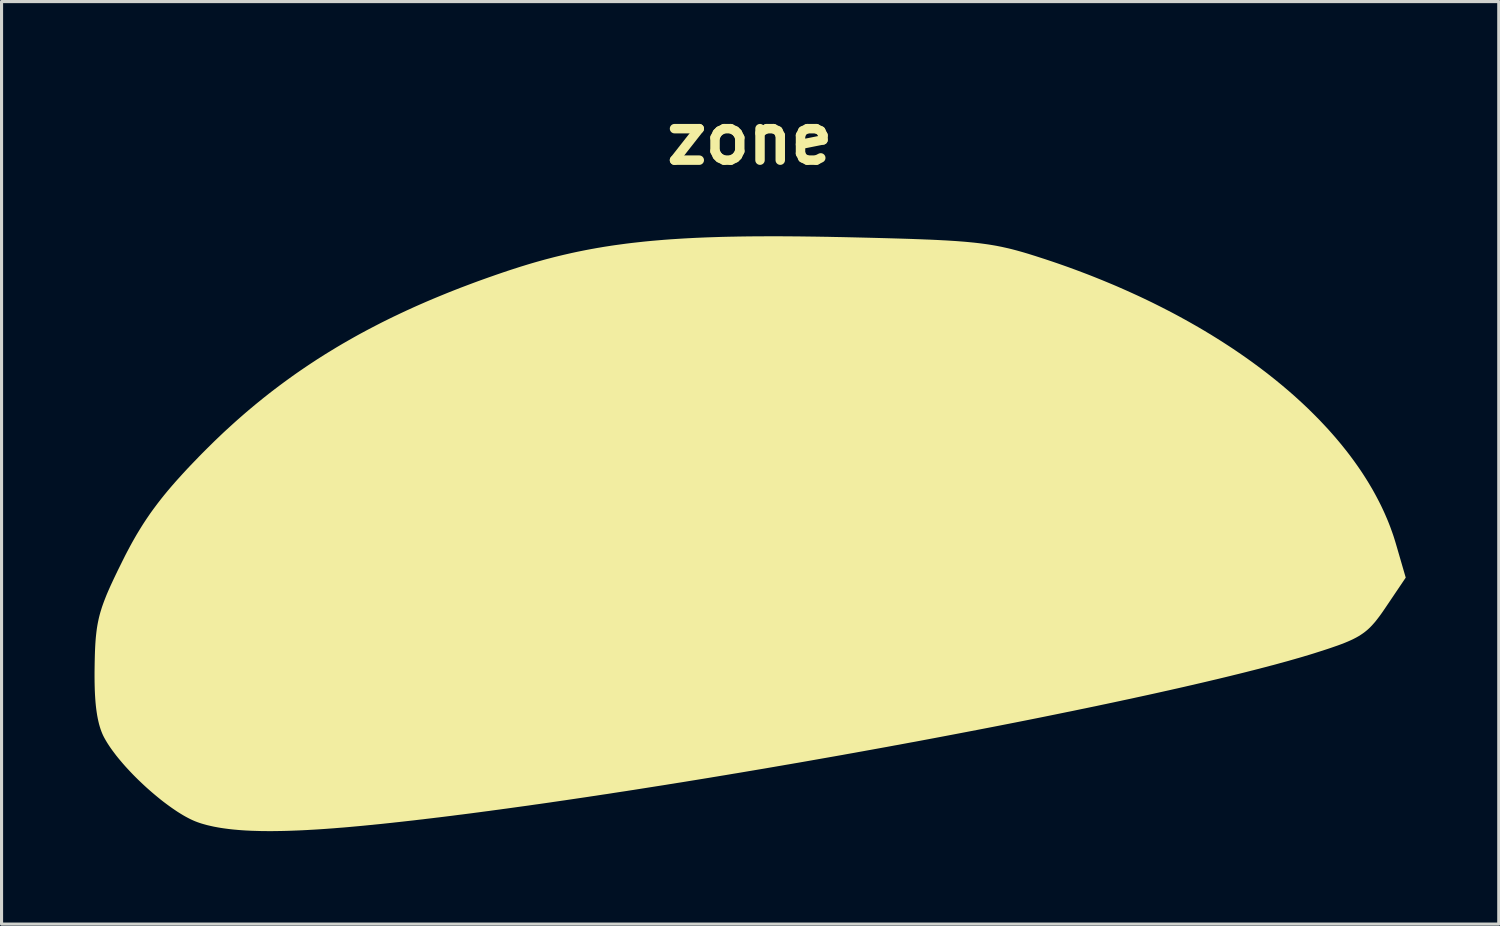
<source format=kicad_pcb>
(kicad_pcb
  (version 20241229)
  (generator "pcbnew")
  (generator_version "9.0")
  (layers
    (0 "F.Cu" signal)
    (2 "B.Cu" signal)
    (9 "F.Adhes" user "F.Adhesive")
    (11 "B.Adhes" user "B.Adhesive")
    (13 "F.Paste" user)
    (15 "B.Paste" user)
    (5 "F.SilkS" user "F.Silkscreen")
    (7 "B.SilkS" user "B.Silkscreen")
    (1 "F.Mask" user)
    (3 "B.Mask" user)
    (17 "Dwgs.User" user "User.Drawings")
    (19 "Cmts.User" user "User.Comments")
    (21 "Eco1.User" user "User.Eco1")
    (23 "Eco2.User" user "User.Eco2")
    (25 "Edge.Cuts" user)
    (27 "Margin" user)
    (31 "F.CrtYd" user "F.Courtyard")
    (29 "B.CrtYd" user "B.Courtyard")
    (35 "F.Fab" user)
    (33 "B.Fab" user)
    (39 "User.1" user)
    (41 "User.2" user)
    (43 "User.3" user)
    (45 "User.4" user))
  (footprint "zone"
    (layer "F.Cu")
    (at 21.14 14.163)
    (property "Reference" "zone" (at 0 -12.736 0) (layer "F.SilkS") (effects (font (size 1.524 1.524) (thickness 0.305))))
    (attr smd)
    (fp_poly (pts (xy -17.819 9.309) (xy -17.892 9.281) (xy -17.967 9.249) (xy -18.045 9.213) (xy -18.125 9.172) (xy -18.207 9.128) (xy -18.291 9.08) (xy -18.376 9.028) (xy -18.464 8.973) (xy -18.552 8.914) (xy -18.641 8.853) (xy -18.732 8.788) (xy -18.823 8.721) (xy -18.915 8.652) (xy -19.007 8.58) (xy -19.099 8.505) (xy -19.191 8.429) (xy -19.283 8.351) (xy -19.375 8.271) (xy -19.466 8.19) (xy -19.556 8.107) (xy -19.645 8.023) (xy -19.733 7.939) (xy -19.82 7.853) (xy -19.905 7.767) (xy -19.988 7.68) (xy -20.069 7.593) (xy -20.149 7.506) (xy -20.226 7.418) (xy -20.3 7.331) (xy -20.372 7.245) (xy -20.441 7.159) (xy -20.506 7.073) (xy -20.569 6.989) (xy -20.628 6.906) (xy -20.683 6.824) (xy -20.735 6.743) (xy -20.782 6.664) (xy -20.826 6.586) (xy -20.859 6.522) (xy -20.89 6.454) (xy -20.919 6.382) (xy -20.946 6.307) (xy -20.971 6.228) (xy -20.995 6.145) (xy -21.016 6.057) (xy -21.036 5.966) (xy -21.054 5.87) (xy -21.07 5.769) (xy -21.085 5.663) (xy -21.098 5.552) (xy -21.109 5.437) (xy -21.118 5.315) (xy -21.126 5.189) (xy -21.132 5.056) (xy -21.136 4.918) (xy -21.139 4.774) (xy -21.14 4.623) (xy -21.14 4.466) (xy -21.138 4.303) (xy -21.136 4.166) (xy -21.133 4.035) (xy -21.13 3.911) (xy -21.126 3.792) (xy -21.121 3.678) (xy -21.115 3.568) (xy -21.108 3.463) (xy -21.1 3.362) (xy -21.09 3.264) (xy -21.079 3.168) (xy -21.067 3.075) (xy -21.053 2.985) (xy -21.037 2.895) (xy -21.019 2.807) (xy -21 2.719) (xy -20.978 2.632) (xy -20.954 2.544) (xy -20.927 2.456) (xy -20.899 2.366) (xy -20.867 2.275) (xy -20.833 2.182) (xy -20.796 2.087) (xy -20.757 1.988) (xy -20.714 1.886) (xy -20.668 1.781) (xy -20.619 1.671) (xy -20.566 1.557) (xy -20.51 1.437) (xy -20.45 1.312) (xy -20.387 1.181) (xy -20.319 1.044) (xy -20.248 0.9) (xy -20.197 0.798) (xy -20.147 0.698) (xy -20.096 0.6) (xy -20.045 0.504) (xy -19.995 0.41) (xy -19.944 0.316) (xy -19.893 0.225) (xy -19.841 0.134) (xy -19.79 0.045) (xy -19.737 -0.043) (xy -19.684 -0.13) (xy -19.631 -0.216) (xy -19.577 -0.302) (xy -19.522 -0.386) (xy -19.466 -0.471) (xy -19.409 -0.554) (xy -19.352 -0.638) (xy -19.293 -0.721) (xy -19.233 -0.803) (xy -19.171 -0.886) (xy -19.109 -0.969) (xy -19.045 -1.052) (xy -18.98 -1.135) (xy -18.913 -1.219) (xy -18.844 -1.303) (xy -18.774 -1.388) (xy -18.702 -1.473) (xy -18.628 -1.559) (xy -18.552 -1.646) (xy -18.474 -1.734) (xy -18.394 -1.822) (xy -18.312 -1.913) (xy -18.228 -2.004) (xy -18.142 -2.097) (xy -18.053 -2.191) (xy -17.961 -2.287) (xy -17.867 -2.384) (xy -17.771 -2.484) (xy -17.672 -2.585) (xy -17.595 -2.662) (xy -17.518 -2.739) (xy -17.441 -2.815) (xy -17.364 -2.891) (xy -17.287 -2.967) (xy -17.209 -3.042) (xy -17.132 -3.116) (xy -17.054 -3.19) (xy -16.976 -3.264) (xy -16.897 -3.337) (xy -16.818 -3.409) (xy -16.739 -3.481) (xy -16.66 -3.553) (xy -16.581 -3.624) (xy -16.501 -3.695) (xy -16.421 -3.765) (xy -16.341 -3.835) (xy -16.261 -3.904) (xy -16.18 -3.973) (xy -16.099 -4.041) (xy -16.018 -4.109) (xy -15.936 -4.177) (xy -15.854 -4.244) (xy -15.772 -4.31) (xy -15.69 -4.377) (xy -15.607 -4.442) (xy -15.524 -4.508) (xy -15.44 -4.573) (xy -15.357 -4.637) (xy -15.272 -4.701) (xy -15.188 -4.765) (xy -15.103 -4.828) (xy -15.018 -4.891) (xy -14.933 -4.953) (xy -14.847 -5.015) (xy -14.761 -5.077) (xy -14.675 -5.138) (xy -14.588 -5.199) (xy -14.501 -5.259) (xy -14.413 -5.319) (xy -14.325 -5.379) (xy -14.237 -5.438) (xy -14.148 -5.497) (xy -14.059 -5.555) (xy -13.97 -5.614) (xy -13.88 -5.671) (xy -13.789 -5.729) (xy -13.699 -5.786) (xy -13.608 -5.842) (xy -13.516 -5.898) (xy -13.424 -5.954) (xy -13.332 -6.01) (xy -13.239 -6.065) (xy -13.146 -6.12) (xy -13.052 -6.174) (xy -12.958 -6.228) (xy -12.863 -6.282) (xy -12.768 -6.336) (xy -12.673 -6.389) (xy -12.577 -6.442) (xy -12.48 -6.494) (xy -12.384 -6.546) (xy -12.286 -6.598) (xy -12.188 -6.649) (xy -12.09 -6.7) (xy -11.991 -6.751) (xy -11.892 -6.802) (xy -11.792 -6.852) (xy -11.691 -6.902) (xy -11.591 -6.951) (xy -11.489 -7.001) (xy -11.387 -7.049) (xy -11.285 -7.098) (xy -11.182 -7.146) (xy -11.078 -7.195) (xy -10.974 -7.242) (xy -10.87 -7.29) (xy -10.765 -7.337) (xy -10.659 -7.384) (xy -10.553 -7.43) (xy -10.446 -7.477) (xy -10.338 -7.523) (xy -10.23 -7.569) (xy -10.122 -7.614) (xy -10.013 -7.659) (xy -9.903 -7.704) (xy -9.793 -7.749) (xy -9.682 -7.794) (xy -9.57 -7.838) (xy -9.458 -7.882) (xy -9.346 -7.926) (xy -9.232 -7.969) (xy -9.118 -8.012) (xy -9.004 -8.055) (xy -8.889 -8.098) (xy -8.773 -8.141) (xy -8.656 -8.183) (xy -8.539 -8.225) (xy -8.421 -8.267) (xy -8.303 -8.308) (xy -8.184 -8.35) (xy -8.064 -8.391) (xy -7.944 -8.432) (xy -7.823 -8.473) (xy -7.735 -8.502) (xy -7.648 -8.53) (xy -7.561 -8.558) (xy -7.474 -8.586) (xy -7.387 -8.614) (xy -7.301 -8.64) (xy -7.214 -8.667) (xy -7.128 -8.693) (xy -7.041 -8.719) (xy -6.955 -8.744) (xy -6.869 -8.769) (xy -6.782 -8.793) (xy -6.696 -8.817) (xy -6.61 -8.841) (xy -6.523 -8.864) (xy -6.437 -8.886) (xy -6.35 -8.909) (xy -6.263 -8.931) (xy -6.176 -8.952) (xy -6.089 -8.973) (xy -6.002 -8.994) (xy -5.914 -9.014) (xy -5.826 -9.034) (xy -5.738 -9.054) (xy -5.65 -9.073) (xy -5.561 -9.092) (xy -5.472 -9.11) (xy -5.383 -9.128) (xy -5.293 -9.146) (xy -5.203 -9.163) (xy -5.113 -9.18) (xy -5.022 -9.196) (xy -4.93 -9.213) (xy -4.838 -9.228) (xy -4.746 -9.244) (xy -4.653 -9.259) (xy -4.56 -9.273) (xy -4.466 -9.288) (xy -4.371 -9.302) (xy -4.276 -9.315) (xy -4.18 -9.328) (xy -4.084 -9.341) (xy -3.987 -9.354) (xy -3.889 -9.366) (xy -3.791 -9.378) (xy -3.691 -9.389) (xy -3.591 -9.4) (xy -3.491 -9.411) (xy -3.389 -9.422) (xy -3.287 -9.432) (xy -3.184 -9.442) (xy -3.08 -9.451) (xy -2.975 -9.46) (xy -2.869 -9.469) (xy -2.762 -9.478) (xy -2.655 -9.486) (xy -2.546 -9.494) (xy -2.437 -9.501) (xy -2.326 -9.508) (xy -2.214 -9.515) (xy -2.102 -9.522) (xy -1.988 -9.528) (xy -1.873 -9.534) (xy -1.757 -9.54) (xy -1.64 -9.545) (xy -1.522 -9.55) (xy -1.403 -9.555) (xy -1.282 -9.559) (xy -1.16 -9.563) (xy -1.037 -9.567) (xy -0.913 -9.571) (xy -0.787 -9.574) (xy -0.66 -9.577) (xy -0.532 -9.579) (xy -0.403 -9.582) (xy -0.272 -9.584) (xy -0.139 -9.586) (xy -0.006 -9.587) (xy 0.129 -9.589) (xy 0.266 -9.59) (xy 0.404 -9.59) (xy 0.543 -9.591) (xy 0.684 -9.591) (xy 0.827 -9.591) (xy 0.971 -9.591) (xy 1.117 -9.59) (xy 1.264 -9.589) (xy 1.413 -9.588) (xy 1.564 -9.587) (xy 1.716 -9.585) (xy 1.87 -9.583) (xy 2.025 -9.581) (xy 2.183 -9.579) (xy 2.342 -9.576) (xy 2.503 -9.574) (xy 2.665 -9.57) (xy 2.83 -9.567) (xy 2.996 -9.564) (xy 3.164 -9.56) (xy 3.383 -9.555) (xy 3.594 -9.55) (xy 3.8 -9.545) (xy 3.998 -9.54) (xy 4.19 -9.535) (xy 4.376 -9.53) (xy 4.556 -9.525) (xy 4.73 -9.52) (xy 4.899 -9.515) (xy 5.061 -9.51) (xy 5.219 -9.505) (xy 5.371 -9.499) (xy 5.518 -9.494) (xy 5.661 -9.488) (xy 5.798 -9.483) (xy 5.931 -9.477) (xy 6.06 -9.471) (xy 6.184 -9.464) (xy 6.305 -9.458) (xy 6.421 -9.451) (xy 6.534 -9.444) (xy 6.643 -9.437) (xy 6.749 -9.429) (xy 6.851 -9.421) (xy 6.95 -9.413) (xy 7.047 -9.404) (xy 7.14 -9.395) (xy 7.232 -9.386) (xy 7.32 -9.376) (xy 7.406 -9.366) (xy 7.491 -9.355) (xy 7.573 -9.344) (xy 7.653 -9.333) (xy 7.732 -9.321) (xy 7.81 -9.308) (xy 7.886 -9.295) (xy 7.961 -9.282) (xy 8.035 -9.267) (xy 8.108 -9.253) (xy 8.18 -9.237) (xy 8.252 -9.221) (xy 8.324 -9.205) (xy 8.396 -9.188) (xy 8.467 -9.17) (xy 8.539 -9.151) (xy 8.611 -9.132) (xy 8.683 -9.112) (xy 8.757 -9.091) (xy 8.831 -9.07) (xy 8.905 -9.048) (xy 8.982 -9.025) (xy 9.059 -9.001) (xy 9.138 -8.976) (xy 9.218 -8.951) (xy 9.301 -8.924) (xy 9.385 -8.897) (xy 9.512 -8.856) (xy 9.638 -8.814) (xy 9.764 -8.772) (xy 9.89 -8.729) (xy 10.014 -8.686) (xy 10.139 -8.642) (xy 10.263 -8.598) (xy 10.386 -8.553) (xy 10.509 -8.508) (xy 10.631 -8.462) (xy 10.753 -8.416) (xy 10.874 -8.37) (xy 10.995 -8.323) (xy 11.116 -8.275) (xy 11.235 -8.227) (xy 11.355 -8.179) (xy 11.473 -8.13) (xy 11.591 -8.081) (xy 11.709 -8.032) (xy 11.826 -7.982) (xy 11.943 -7.931) (xy 12.059 -7.88) (xy 12.174 -7.829) (xy 12.289 -7.777) (xy 12.403 -7.725) (xy 12.517 -7.673) (xy 12.63 -7.62) (xy 12.742 -7.567) (xy 12.854 -7.513) (xy 12.966 -7.459) (xy 13.077 -7.404) (xy 13.187 -7.349) (xy 13.296 -7.294) (xy 13.405 -7.238) (xy 13.514 -7.182) (xy 13.622 -7.126) (xy 13.729 -7.069) (xy 13.835 -7.012) (xy 13.941 -6.954) (xy 14.047 -6.896) (xy 14.151 -6.838) (xy 14.255 -6.779) (xy 14.359 -6.72) (xy 14.462 -6.661) (xy 14.564 -6.601) (xy 14.666 -6.541) (xy 14.766 -6.48) (xy 14.867 -6.42) (xy 14.966 -6.358) (xy 15.065 -6.297) (xy 15.163 -6.235) (xy 15.261 -6.173) (xy 15.358 -6.11) (xy 15.454 -6.048) (xy 15.55 -5.985) (xy 15.645 -5.921) (xy 15.739 -5.857) (xy 15.833 -5.793) (xy 15.925 -5.729) (xy 16.018 -5.664) (xy 16.109 -5.599) (xy 16.2 -5.534) (xy 16.29 -5.468) (xy 16.379 -5.402) (xy 16.468 -5.336) (xy 16.556 -5.269) (xy 16.643 -5.203) (xy 16.729 -5.136) (xy 16.815 -5.068) (xy 16.9 -5.001) (xy 16.984 -4.933) (xy 17.068 -4.864) (xy 17.151 -4.796) (xy 17.233 -4.727) (xy 17.314 -4.658) (xy 17.395 -4.589) (xy 17.475 -4.519) (xy 17.554 -4.45) (xy 17.632 -4.379) (xy 17.709 -4.309) (xy 17.786 -4.239) (xy 17.862 -4.168) (xy 17.937 -4.097) (xy 18.012 -4.026) (xy 18.085 -3.954) (xy 18.158 -3.882) (xy 18.23 -3.81) (xy 18.301 -3.738) (xy 18.372 -3.666) (xy 18.441 -3.593) (xy 18.51 -3.52) (xy 18.578 -3.447) (xy 18.646 -3.374) (xy 18.712 -3.3) (xy 18.777 -3.227) (xy 18.842 -3.153) (xy 18.906 -3.079) (xy 18.969 -3.004) (xy 19.031 -2.93) (xy 19.093 -2.855) (xy 19.153 -2.78) (xy 19.213 -2.705) (xy 19.272 -2.63) (xy 19.33 -2.555) (xy 19.387 -2.479) (xy 19.443 -2.403) (xy 19.499 -2.327) (xy 19.553 -2.251) (xy 19.607 -2.175) (xy 19.66 -2.098) (xy 19.712 -2.022) (xy 19.763 -1.945) (xy 19.813 -1.868) (xy 19.862 -1.791) (xy 19.91 -1.714) (xy 19.958 -1.636) (xy 20.004 -1.559) (xy 20.05 -1.481) (xy 20.095 -1.404) (xy 20.138 -1.326) (xy 20.181 -1.248) (xy 20.223 -1.169) (xy 20.264 -1.091) (xy 20.304 -1.013) (xy 20.344 -0.934) (xy 20.382 -0.856) (xy 20.419 -0.777) (xy 20.456 -0.698) (xy 20.491 -0.619) (xy 20.525 -0.54) (xy 20.559 -0.461) (xy 20.592 -0.381) (xy 20.623 -0.302) (xy 20.654 -0.223) (xy 20.683 -0.143) (xy 20.712 -0.063) (xy 20.74 0.016) (xy 20.767 0.096) (xy 20.792 0.176) (xy 20.817 0.256) (xy 20.841 0.336) (xy 21.156 1.42) (xy 20.51 2.378) (xy 20.444 2.475) (xy 20.381 2.566) (xy 20.32 2.651) (xy 20.26 2.73) (xy 20.202 2.805) (xy 20.144 2.875) (xy 20.086 2.94) (xy 20.028 3.002) (xy 19.969 3.06) (xy 19.908 3.115) (xy 19.844 3.167) (xy 19.778 3.216) (xy 19.709 3.263) (xy 19.636 3.309) (xy 19.558 3.353) (xy 19.475 3.396) (xy 19.387 3.438) (xy 19.293 3.48) (xy 19.192 3.522) (xy 19.084 3.564) (xy 18.968 3.607) (xy 18.844 3.65) (xy 18.711 3.696) (xy 18.569 3.743) (xy 18.417 3.792) (xy 18.254 3.844) (xy 18.198 3.862) (xy 18.14 3.88) (xy 18.082 3.898) (xy 18.023 3.916) (xy 17.962 3.934) (xy 17.901 3.952) (xy 17.839 3.971) (xy 17.777 3.989) (xy 17.713 4.008) (xy 17.648 4.026) (xy 17.583 4.045) (xy 17.516 4.064) (xy 17.449 4.083) (xy 17.381 4.103) (xy 17.312 4.122) (xy 17.242 4.141) (xy 17.171 4.161) (xy 17.099 4.18) (xy 17.027 4.2) (xy 16.954 4.22) (xy 16.88 4.24) (xy 16.805 4.259) (xy 16.729 4.28) (xy 16.653 4.3) (xy 16.575 4.32) (xy 16.497 4.34) (xy 16.419 4.361) (xy 16.339 4.381) (xy 16.258 4.402) (xy 16.177 4.422) (xy 16.095 4.443) (xy 16.013 4.464) (xy 15.929 4.485) (xy 15.845 4.506) (xy 15.76 4.527) (xy 15.674 4.548) (xy 15.588 4.569) (xy 15.501 4.591) (xy 15.413 4.612) (xy 15.324 4.634) (xy 15.235 4.655) (xy 15.145 4.677) (xy 15.054 4.699) (xy 14.963 4.72) (xy 14.871 4.742) (xy 14.778 4.764) (xy 14.685 4.786) (xy 14.591 4.808) (xy 14.496 4.83) (xy 14.401 4.852) (xy 14.305 4.875) (xy 14.208 4.897) (xy 14.111 4.919) (xy 14.013 4.942) (xy 13.915 4.964) (xy 13.815 4.987) (xy 13.716 5.009) (xy 13.615 5.032) (xy 13.514 5.055) (xy 13.413 5.077) (xy 13.311 5.1) (xy 13.208 5.123) (xy 13.105 5.146) (xy 13.001 5.169) (xy 12.897 5.192) (xy 12.792 5.215) (xy 12.686 5.238) (xy 12.58 5.261) (xy 12.473 5.284) (xy 12.366 5.308) (xy 12.259 5.331) (xy 12.151 5.354) (xy 12.042 5.377) (xy 11.933 5.401) (xy 11.823 5.424) (xy 11.713 5.448) (xy 11.602 5.471) (xy 11.491 5.495) (xy 11.379 5.518) (xy 11.267 5.542) (xy 11.155 5.566) (xy 11.042 5.589) (xy 10.928 5.613) (xy 10.814 5.637) (xy 10.7 5.66) (xy 10.585 5.684) (xy 10.47 5.708) (xy 10.354 5.732) (xy 10.238 5.755) (xy 10.121 5.779) (xy 10.004 5.803) (xy 9.887 5.827) (xy 9.769 5.851) (xy 9.651 5.875) (xy 9.533 5.899) (xy 9.414 5.923) (xy 9.295 5.947) (xy 9.175 5.971) (xy 9.055 5.995) (xy 8.935 6.019) (xy 8.814 6.043) (xy 8.693 6.067) (xy 8.572 6.091) (xy 8.45 6.115) (xy 8.328 6.139) (xy 8.205 6.163) (xy 8.083 6.187) (xy 7.96 6.211) (xy 7.837 6.235) (xy 7.713 6.259) (xy 7.589 6.283) (xy 7.465 6.307) (xy 7.341 6.331) (xy 7.216 6.355) (xy 7.091 6.379) (xy 6.966 6.403) (xy 6.84 6.427) (xy 6.715 6.451) (xy 6.589 6.475) (xy 6.463 6.499) (xy 6.336 6.523) (xy 6.21 6.547) (xy 6.083 6.571) (xy 5.956 6.595) (xy 5.829 6.619) (xy 5.701 6.643) (xy 5.573 6.667) (xy 5.446 6.691) (xy 5.318 6.715) (xy 5.189 6.738) (xy 5.061 6.762) (xy 4.932 6.786) (xy 4.804 6.81) (xy 4.675 6.833) (xy 4.546 6.857) (xy 4.417 6.881) (xy 4.288 6.904) (xy 4.158 6.928) (xy 4.029 6.951) (xy 3.899 6.975) (xy 3.769 6.998) (xy 3.639 7.022) (xy 3.509 7.045) (xy 3.379 7.069) (xy 3.249 7.092) (xy 3.119 7.115) (xy 2.989 7.139) (xy 2.858 7.162) (xy 2.728 7.185) (xy 2.598 7.208) (xy 2.467 7.231) (xy 2.336 7.254) (xy 2.206 7.277) (xy 2.075 7.3) (xy 1.945 7.323) (xy 1.814 7.346) (xy 1.683 7.369) (xy 1.552 7.392) (xy 1.422 7.414) (xy 1.291 7.437) (xy 1.16 7.459) (xy 1.03 7.482) (xy 0.899 7.504) (xy 0.768 7.527) (xy 0.638 7.549) (xy 0.507 7.572) (xy 0.377 7.594) (xy 0.246 7.616) (xy 0.116 7.638) (xy -0.015 7.66) (xy -0.145 7.682) (xy -0.275 7.704) (xy -0.405 7.726) (xy -0.535 7.747) (xy -0.665 7.769) (xy -0.795 7.791) (xy -0.925 7.812) (xy -1.055 7.834) (xy -1.184 7.855) (xy -1.314 7.877) (xy -1.443 7.898) (xy -1.572 7.919) (xy -1.701 7.94) (xy -1.83 7.961) (xy -1.959 7.982) (xy -2.087 8.003) (xy -2.216 8.024) (xy -2.344 8.044) (xy -2.472 8.065) (xy -2.6 8.085) (xy -2.728 8.106) (xy -2.855 8.126) (xy -2.983 8.146) (xy -3.11 8.166) (xy -3.237 8.186) (xy -3.363 8.206) (xy -3.49 8.226) (xy -3.616 8.246) (xy -3.742 8.266) (xy -3.868 8.285) (xy -3.993 8.305) (xy -4.119 8.324) (xy -4.244 8.343) (xy -4.368 8.362) (xy -4.493 8.382) (xy -4.617 8.401) (xy -4.741 8.419) (xy -4.865 8.438) (xy -4.988 8.457) (xy -5.111 8.475) (xy -5.234 8.494) (xy -5.356 8.512) (xy -5.478 8.53) (xy -5.6 8.548) (xy -5.721 8.566) (xy -5.843 8.584) (xy -5.963 8.602) (xy -6.084 8.619) (xy -6.204 8.637) (xy -6.324 8.654) (xy -6.443 8.672) (xy -6.562 8.689) (xy -6.681 8.706) (xy -6.799 8.723) (xy -6.917 8.739) (xy -7.034 8.756) (xy -7.151 8.773) (xy -7.268 8.789) (xy -7.384 8.805) (xy -7.5 8.821) (xy -7.615 8.837) (xy -7.73 8.853) (xy -7.845 8.869) (xy -7.959 8.884) (xy -8.072 8.9) (xy -8.186 8.915) (xy -8.298 8.93) (xy -8.411 8.946) (xy -8.522 8.96) (xy -8.634 8.975) (xy -8.744 8.99) (xy -8.855 9.004) (xy -8.965 9.019) (xy -9.074 9.033) (xy -9.183 9.047) (xy -9.291 9.061) (xy -9.399 9.074) (xy -9.506 9.088) (xy -9.613 9.102) (xy -9.719 9.115) (xy -9.825 9.128) (xy -9.93 9.141) (xy -10.035 9.154) (xy -10.139 9.166) (xy -10.242 9.179) (xy -10.345 9.191) (xy -10.447 9.203) (xy -10.549 9.216) (xy -10.65 9.227) (xy -10.75 9.239) (xy -10.85 9.251) (xy -10.95 9.262) (xy -11.048 9.273) (xy -11.146 9.284) (xy -11.244 9.295) (xy -11.341 9.306) (xy -11.437 9.316) (xy -11.532 9.327) (xy -11.627 9.337) (xy -11.722 9.347) (xy -11.815 9.357) (xy -11.908 9.367) (xy -12 9.376) (xy -12.092 9.385) (xy -12.183 9.395) (xy -12.273 9.403) (xy -12.444 9.42) (xy -12.613 9.436) (xy -12.779 9.451) (xy -12.942 9.466) (xy -13.103 9.48) (xy -13.26 9.492) (xy -13.415 9.505) (xy -13.567 9.516) (xy -13.716 9.527) (xy -13.863 9.537) (xy -14.007 9.546) (xy -14.149 9.554) (xy -14.287 9.562) (xy -14.424 9.569) (xy -14.557 9.575) (xy -14.688 9.58) (xy -14.817 9.585) (xy -14.943 9.589) (xy -15.067 9.592) (xy -15.188 9.594) (xy -15.307 9.596) (xy -15.423 9.597) (xy -15.538 9.597) (xy -15.649 9.596) (xy -15.759 9.595) (xy -15.866 9.592) (xy -15.971 9.589) (xy -16.074 9.586) (xy -16.174 9.581) (xy -16.273 9.576) (xy -16.369 9.57) (xy -16.463 9.563) (xy -16.555 9.555) (xy -16.645 9.547) (xy -16.732 9.538) (xy -16.818 9.528) (xy -16.902 9.517) (xy -16.984 9.506) (xy -17.063 9.494) (xy -17.141 9.481) (xy -17.217 9.467) (xy -17.291 9.453) (xy -17.364 9.437) (xy -17.434 9.421) (xy -17.503 9.405) (xy -17.569 9.387) (xy -17.634 9.369) (xy -17.698 9.35) (xy -17.759 9.33) (xy -17.819 9.309)) (stroke (width 0) (type solid)) (fill yes) (layer "F.SilkS")))
  (gr_rect
    (start -3 -3)
    (end 45.297 26.76)
    (stroke (width 0.1) (type default))
    (fill no)
    (layer "Edge.Cuts")))
</source>
